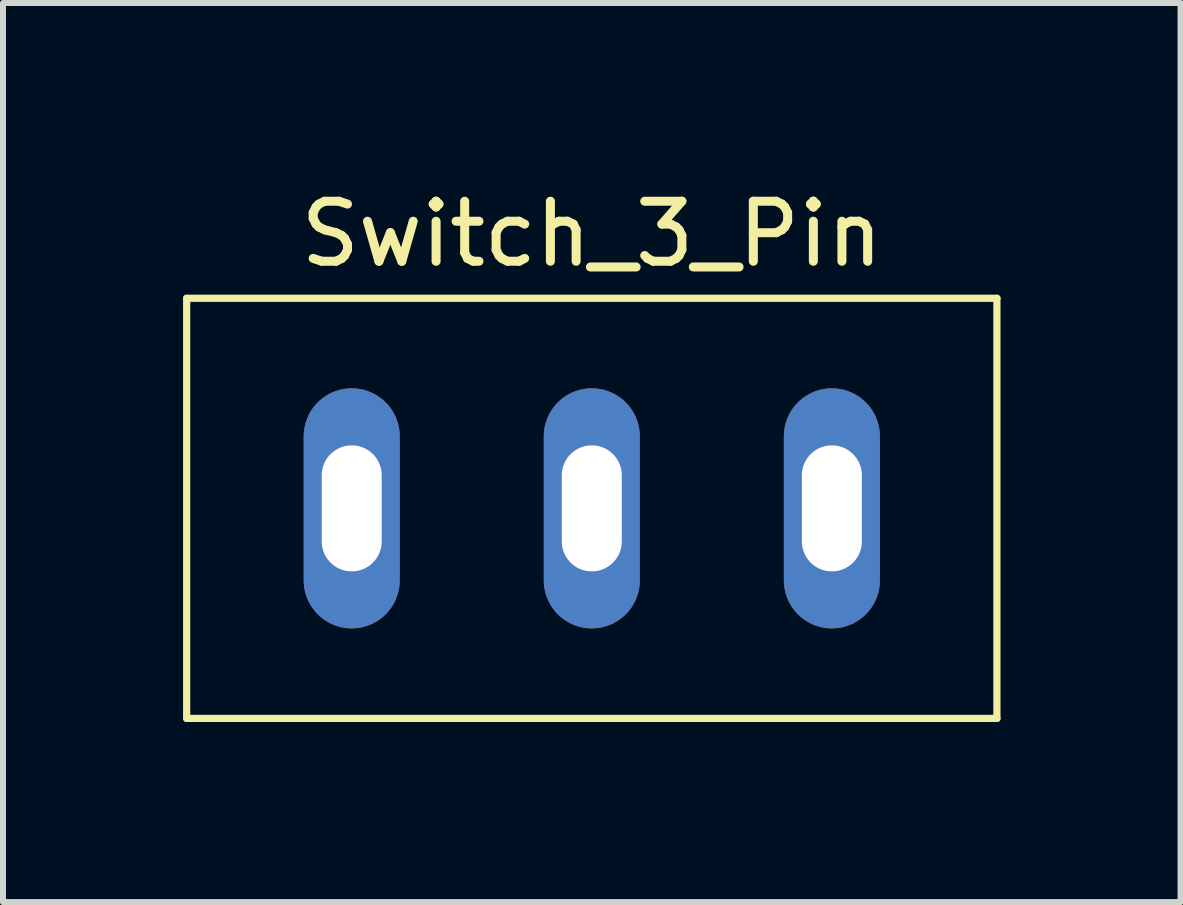
<source format=kicad_pcb>
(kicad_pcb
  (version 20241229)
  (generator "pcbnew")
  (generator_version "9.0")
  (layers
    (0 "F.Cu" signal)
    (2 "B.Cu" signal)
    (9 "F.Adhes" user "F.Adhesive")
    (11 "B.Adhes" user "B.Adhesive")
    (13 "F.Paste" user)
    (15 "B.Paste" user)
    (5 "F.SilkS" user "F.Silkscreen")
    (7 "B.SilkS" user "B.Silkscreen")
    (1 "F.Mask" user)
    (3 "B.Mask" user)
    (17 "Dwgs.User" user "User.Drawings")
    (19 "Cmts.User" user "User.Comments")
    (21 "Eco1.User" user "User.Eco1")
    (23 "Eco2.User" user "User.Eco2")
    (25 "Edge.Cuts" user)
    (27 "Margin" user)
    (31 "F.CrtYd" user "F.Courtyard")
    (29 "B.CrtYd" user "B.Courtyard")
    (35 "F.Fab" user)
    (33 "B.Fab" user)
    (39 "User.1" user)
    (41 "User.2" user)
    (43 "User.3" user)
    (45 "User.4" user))
  (footprint "Switch_3_Pin"
    (layer "F.Cu")
    (at 6.81 5.42)
    (property "Reference" "Switch_3_Pin" (at 0.001 -4.572 180) (layer "F.SilkS") (effects (font (size 1 1) (thickness 0.15))))
    (attr through_hole)
    (fp_line (start -6.75 -3.5) (end -6.75 3.5) (stroke (width 0.12) (type solid)) (layer "F.SilkS"))
    (fp_line (start -6.75 -3.5) (end 6.75 -3.5) (stroke (width 0.12) (type solid)) (layer "F.SilkS"))
    (fp_line (start -6.75 3.5) (end 6.75 3.5) (stroke (width 0.12) (type solid)) (layer "F.SilkS"))
    (fp_line (start 6.75 -3.5) (end 6.75 3.5) (stroke (width 0.12) (type solid)) (layer "F.SilkS"))
    (pad "1" thru_hole oval (at -4 0) (size 1.6 4) (drill oval 1 2.1) (layers "*.Cu" "*.Mask"))
    (pad "2" thru_hole oval (at 0 0) (size 1.6 4) (drill oval 1 2.1) (layers "*.Cu" "*.Mask"))
    (pad "3" thru_hole oval (at 4 0) (size 1.6 4) (drill oval 1 2.1) (layers "*.Cu" "*.Mask")))
  (gr_rect
    (start -3 -3)
    (end 16.62 11.98)
    (stroke (width 0.1) (type default))
    (fill no)
    (layer "Edge.Cuts")))
</source>
